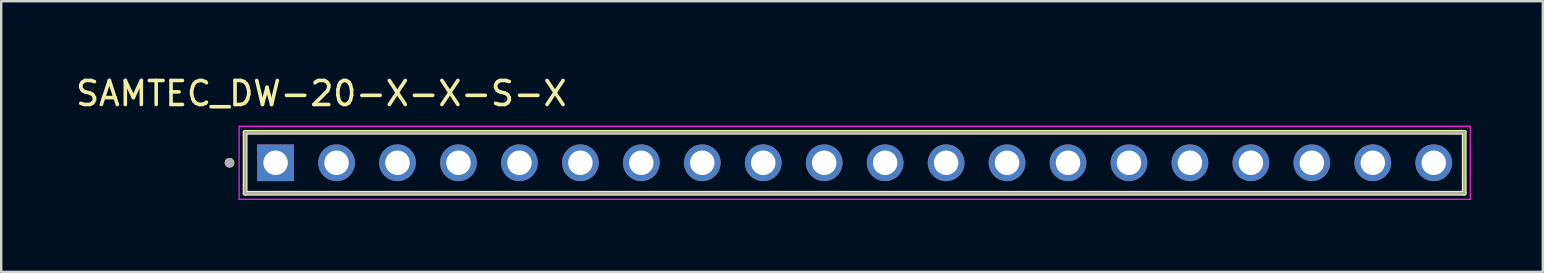
<source format=kicad_pcb>
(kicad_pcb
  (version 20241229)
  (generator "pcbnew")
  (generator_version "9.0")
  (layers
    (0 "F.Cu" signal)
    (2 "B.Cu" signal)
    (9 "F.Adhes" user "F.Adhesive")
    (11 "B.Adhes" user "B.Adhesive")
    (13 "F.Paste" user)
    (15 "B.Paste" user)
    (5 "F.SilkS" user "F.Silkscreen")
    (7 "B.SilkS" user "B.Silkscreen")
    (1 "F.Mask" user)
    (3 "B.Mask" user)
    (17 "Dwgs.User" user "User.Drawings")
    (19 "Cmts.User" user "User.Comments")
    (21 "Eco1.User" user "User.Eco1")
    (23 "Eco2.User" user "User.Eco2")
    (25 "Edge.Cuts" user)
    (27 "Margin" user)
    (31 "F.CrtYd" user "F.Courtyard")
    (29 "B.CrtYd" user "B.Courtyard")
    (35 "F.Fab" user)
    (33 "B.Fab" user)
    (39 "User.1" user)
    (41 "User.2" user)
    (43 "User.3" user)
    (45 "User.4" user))
  (footprint "SAMTEC_DW-20-X-X-S-X"
    (layer "F.Cu")
    (at 32.564 3.733)
    (property "Reference" "SAMTEC_DW-20-X-X-S-X" (at -22.225 -2.885 0) (layer "F.SilkS") (effects (font (size 1 1) (thickness 0.15))))
    (attr through_hole)
    (fp_line (start -25.4 1.27) (end -25.4 -1.27) (stroke (width 0.2) (type solid)) (layer "F.SilkS"))
    (fp_line (start 25.4 -1.27) (end -25.4 -1.27) (stroke (width 0.2) (type solid)) (layer "F.SilkS"))
    (fp_line (start 25.4 -1.27) (end 25.4 1.27) (stroke (width 0.2) (type solid)) (layer "F.SilkS"))
    (fp_line (start 25.4 1.27) (end -25.4 1.27) (stroke (width 0.2) (type solid)) (layer "F.SilkS"))
    (fp_circle (center -26.05 0) (end -25.95 0) (stroke (width 0.2) (type solid)) (fill no) (layer "F.SilkS"))
    (fp_line (start -25.65 -1.52) (end 25.65 -1.52) (stroke (width 0.05) (type solid)) (layer "F.CrtYd"))
    (fp_line (start -25.65 1.52) (end -25.65 -1.52) (stroke (width 0.05) (type solid)) (layer "F.CrtYd"))
    (fp_line (start 25.65 -1.52) (end 25.65 1.52) (stroke (width 0.05) (type solid)) (layer "F.CrtYd"))
    (fp_line (start 25.65 1.52) (end -25.65 1.52) (stroke (width 0.05) (type solid)) (layer "F.CrtYd"))
    (fp_line (start -25.4 -1.27) (end 25.4 -1.27) (stroke (width 0.1) (type solid)) (layer "F.Fab"))
    (fp_line (start -25.4 1.27) (end -25.4 -1.27) (stroke (width 0.1) (type solid)) (layer "F.Fab"))
    (fp_line (start -25.4 1.27) (end 25.4 1.27) (stroke (width 0.1) (type solid)) (layer "F.Fab"))
    (fp_line (start 25.4 -1.27) (end 25.4 1.27) (stroke (width 0.1) (type solid)) (layer "F.Fab"))
    (fp_circle (center -26.05 0) (end -25.95 0) (stroke (width 0.2) (type solid)) (fill no) (layer "F.Fab"))
    (pad "01" thru_hole rect (at -24.13 0) (size 1.53 1.53) (drill 1.02) (layers "*.Cu" "*.Mask"))
    (pad "02" thru_hole circle (at -21.59 0) (size 1.53 1.53) (drill 1.02) (layers "*.Cu" "*.Mask"))
    (pad "03" thru_hole circle (at -19.05 0) (size 1.53 1.53) (drill 1.02) (layers "*.Cu" "*.Mask"))
    (pad "04" thru_hole circle (at -16.51 0) (size 1.53 1.53) (drill 1.02) (layers "*.Cu" "*.Mask"))
    (pad "05" thru_hole circle (at -13.97 0) (size 1.53 1.53) (drill 1.02) (layers "*.Cu" "*.Mask"))
    (pad "06" thru_hole circle (at -11.43 0) (size 1.53 1.53) (drill 1.02) (layers "*.Cu" "*.Mask"))
    (pad "07" thru_hole circle (at -8.89 0) (size 1.53 1.53) (drill 1.02) (layers "*.Cu" "*.Mask"))
    (pad "08" thru_hole circle (at -6.35 0) (size 1.53 1.53) (drill 1.02) (layers "*.Cu" "*.Mask"))
    (pad "09" thru_hole circle (at -3.81 0) (size 1.53 1.53) (drill 1.02) (layers "*.Cu" "*.Mask"))
    (pad "10" thru_hole circle (at -1.27 0) (size 1.53 1.53) (drill 1.02) (layers "*.Cu" "*.Mask"))
    (pad "11" thru_hole circle (at 1.27 0) (size 1.53 1.53) (drill 1.02) (layers "*.Cu" "*.Mask"))
    (pad "12" thru_hole circle (at 3.81 0) (size 1.53 1.53) (drill 1.02) (layers "*.Cu" "*.Mask"))
    (pad "13" thru_hole circle (at 6.35 0) (size 1.53 1.53) (drill 1.02) (layers "*.Cu" "*.Mask"))
    (pad "14" thru_hole circle (at 8.89 0) (size 1.53 1.53) (drill 1.02) (layers "*.Cu" "*.Mask"))
    (pad "15" thru_hole circle (at 11.43 0) (size 1.53 1.53) (drill 1.02) (layers "*.Cu" "*.Mask"))
    (pad "16" thru_hole circle (at 13.97 0) (size 1.53 1.53) (drill 1.02) (layers "*.Cu" "*.Mask"))
    (pad "17" thru_hole circle (at 16.51 0) (size 1.53 1.53) (drill 1.02) (layers "*.Cu" "*.Mask"))
    (pad "18" thru_hole circle (at 19.05 0) (size 1.53 1.53) (drill 1.02) (layers "*.Cu" "*.Mask"))
    (pad "19" thru_hole circle (at 21.59 0) (size 1.53 1.53) (drill 1.02) (layers "*.Cu" "*.Mask"))
    (pad "20" thru_hole circle (at 24.13 0) (size 1.53 1.53) (drill 1.02) (layers "*.Cu" "*.Mask")))
  (gr_rect
    (start -3 -3)
    (end 61.239 8.278)
    (stroke (width 0.1) (type default))
    (fill no)
    (layer "Edge.Cuts")))
</source>
